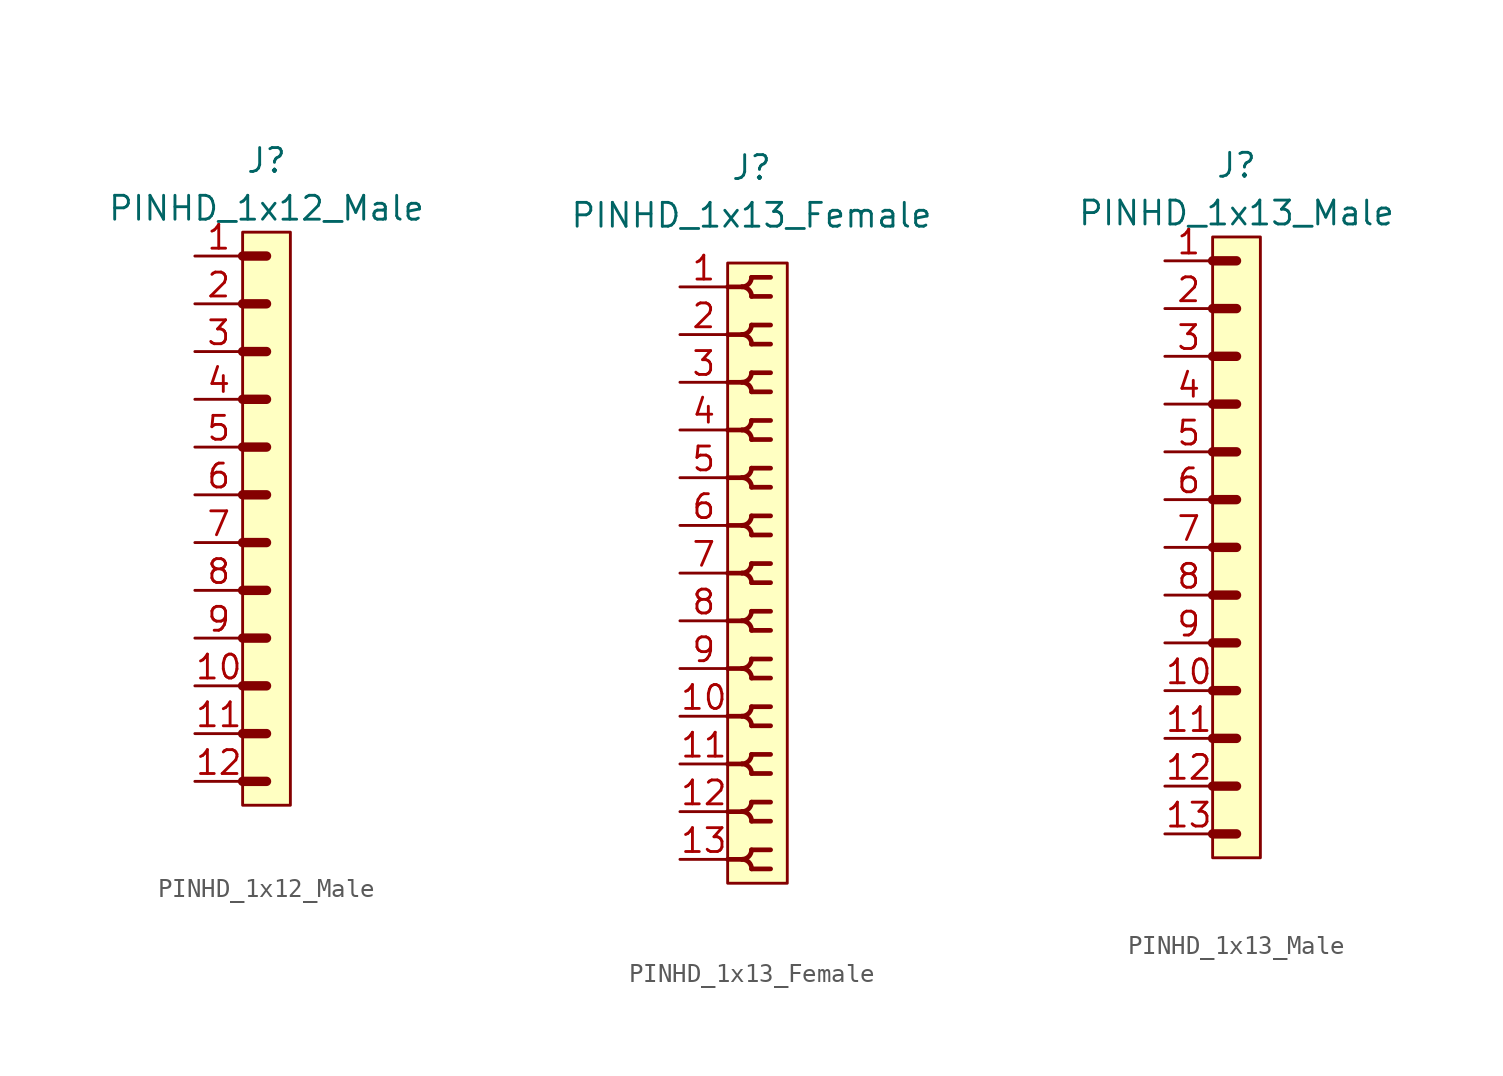
<source format=kicad_sym>
(kicad_symbol_lib
  (version 20211014)
  (generator kicad_symbol_editor)
  (symbol "PINHD_1x12_Male"
    (property "Reference" "J"
      (at 0 19.05 0)
      (effects (font (size 1.27 1.27))))
    (property "Value" "PINHD_1x12_Male"
      (at 0 16.51 0)
      (effects (font (size 1.27 1.27))))
    (symbol "PINHD_1x12_Male_0_1"
      (rectangle (start -1.27 15.24) (end 1.27 -15.24) (stroke (width 0) (type default) (color 0 0 0 0)) (fill (type background)))
      (polyline (pts (xy -1.27 -13.97) (xy 0 -13.97)) (stroke (width 0.5) (type default) (color 0 0 0 0)) (fill (type none)))
      (polyline (pts (xy -1.27 -11.43) (xy 0 -11.43)) (stroke (width 0.5) (type default) (color 0 0 0 0)) (fill (type none)))
      (polyline (pts (xy -1.27 -8.89) (xy 0 -8.89)) (stroke (width 0.3) (type default) (color 0 0 0 0)) (fill (type none)))
      (polyline (pts (xy -1.27 -8.89) (xy 0 -8.89)) (stroke (width 0.5) (type default) (color 0 0 0 0)) (fill (type none)))
      (polyline (pts (xy -1.27 -6.35) (xy 0 -6.35)) (stroke (width 0.3) (type default) (color 0 0 0 0)) (fill (type none)))
      (polyline (pts (xy -1.27 -6.35) (xy 0 -6.35)) (stroke (width 0.5) (type default) (color 0 0 0 0)) (fill (type none)))
      (polyline (pts (xy -1.27 -3.81) (xy 0 -3.81)) (stroke (width 0.3) (type default) (color 0 0 0 0)) (fill (type none)))
      (polyline (pts (xy -1.27 -3.81) (xy 0 -3.81)) (stroke (width 0.5) (type default) (color 0 0 0 0)) (fill (type none)))
      (polyline (pts (xy -1.27 -1.27) (xy 0 -1.27)) (stroke (width 0.3) (type default) (color 0 0 0 0)) (fill (type none)))
      (polyline (pts (xy -1.27 -1.27) (xy 0 -1.27)) (stroke (width 0.5) (type default) (color 0 0 0 0)) (fill (type none)))
      (polyline (pts (xy -1.27 1.27) (xy 0 1.27)) (stroke (width 0.3) (type default) (color 0 0 0 0)) (fill (type none)))
      (polyline (pts (xy -1.27 1.27) (xy 0 1.27)) (stroke (width 0.5) (type default) (color 0 0 0 0)) (fill (type none)))
      (polyline (pts (xy -1.27 3.81) (xy 0 3.81)) (stroke (width 0.3) (type default) (color 0 0 0 0)) (fill (type none)))
      (polyline (pts (xy -1.27 3.81) (xy 0 3.81)) (stroke (width 0.5) (type default) (color 0 0 0 0)) (fill (type none)))
      (polyline (pts (xy -1.27 6.35) (xy 0 6.35)) (stroke (width 0.3) (type default) (color 0 0 0 0)) (fill (type none)))
      (polyline (pts (xy -1.27 6.35) (xy 0 6.35)) (stroke (width 0.5) (type default) (color 0 0 0 0)) (fill (type none)))
      (polyline (pts (xy -1.27 8.89) (xy 0 8.89)) (stroke (width 0.3) (type default) (color 0 0 0 0)) (fill (type none)))
      (polyline (pts (xy -1.27 8.89) (xy 0 8.89)) (stroke (width 0.5) (type default) (color 0 0 0 0)) (fill (type none)))
      (polyline (pts (xy -1.27 11.43) (xy 0 11.43)) (stroke (width 0.3) (type default) (color 0 0 0 0)) (fill (type none)))
      (polyline (pts (xy -1.27 11.43) (xy 0 11.43)) (stroke (width 0.5) (type default) (color 0 0 0 0)) (fill (type none)))
      (polyline (pts (xy -1.27 13.97) (xy 0 13.97)) (stroke (width 0.5) (type default) (color 0 0 0 0)) (fill (type none))))
    (symbol "PINHD_1x12_Male_1_1"
      (pin passive line (at -3.81 13.97 0) (length 2.54) (name "" (effects (font (size 1.27 1.27)))) (number "1" (effects (font (size 1.27 1.27)))))
      (pin passive line (at -3.81 -8.89 0) (length 2.54) (name "" (effects (font (size 1.27 1.27)))) (number "10" (effects (font (size 1.27 1.27)))))
      (pin passive line (at -3.81 -11.43 0) (length 2.54) (name "" (effects (font (size 1.27 1.27)))) (number "11" (effects (font (size 1.27 1.27)))))
      (pin passive line (at -3.81 -13.97 0) (length 2.54) (name "" (effects (font (size 1.27 1.27)))) (number "12" (effects (font (size 1.27 1.27)))))
      (pin passive line (at -3.81 11.43 0) (length 2.54) (name "" (effects (font (size 1.27 1.27)))) (number "2" (effects (font (size 1.27 1.27)))))
      (pin passive line (at -3.81 8.89 0) (length 2.54) (name "" (effects (font (size 1.27 1.27)))) (number "3" (effects (font (size 1.27 1.27)))))
      (pin passive line (at -3.81 6.35 0) (length 2.54) (name "" (effects (font (size 1.27 1.27)))) (number "4" (effects (font (size 1.27 1.27)))))
      (pin passive line (at -3.81 3.81 0) (length 2.54) (name "" (effects (font (size 1.27 1.27)))) (number "5" (effects (font (size 1.27 1.27)))))
      (pin passive line (at -3.81 1.27 0) (length 2.54) (name "" (effects (font (size 1.27 1.27)))) (number "6" (effects (font (size 1.27 1.27)))))
      (pin passive line (at -3.81 -1.27 0) (length 2.54) (name "" (effects (font (size 1.27 1.27)))) (number "7" (effects (font (size 1.27 1.27)))))
      (pin passive line (at -3.81 -3.81 0) (length 2.54) (name "" (effects (font (size 1.27 1.27)))) (number "8" (effects (font (size 1.27 1.27)))))
      (pin passive line (at -3.81 -6.35 0) (length 2.54) (name "" (effects (font (size 1.27 1.27)))) (number "9" (effects (font (size 1.27 1.27)))))))
  (symbol "PINHD_1x13_Female"
    (property "Reference" "J"
      (at 0 21.59 0)
      (effects (font (size 1.27 1.27))))
    (property "Value" "PINHD_1x13_Female"
      (at 0 19.05 0)
      (effects (font (size 1.27 1.27))))
    (symbol "PINHD_1x13_Female_0_1"
      (rectangle (start -1.27 16.51) (end 1.905 -16.51) (stroke (width 0) (type default) (color 0 0 0 0)) (fill (type background)))
      (arc (start -0.508 -15.24) (mid 0.3592 -15.5992) (end 0 -14.732) (stroke (width 0.25) (type default) (color 0 0 0 0)) (fill (type none)))
      (arc (start -0.508 -12.7) (mid 0.3592 -13.0592) (end 0 -12.192) (stroke (width 0.25) (type default) (color 0 0 0 0)) (fill (type none)))
      (arc (start -0.508 -10.16) (mid 0.3592 -10.5192) (end 0 -9.652) (stroke (width 0.25) (type default) (color 0 0 0 0)) (fill (type none)))
      (arc (start -0.508 -7.62) (mid 0.3592 -7.9792) (end 0 -7.112) (stroke (width 0.25) (type default) (color 0 0 0 0)) (fill (type none)))
      (arc (start -0.508 -5.08) (mid 0.3592 -5.4392) (end 0 -4.572) (stroke (width 0.25) (type default) (color 0 0 0 0)) (fill (type none)))
      (arc (start -0.508 -2.54) (mid 0.3592 -2.8992) (end 0 -2.032) (stroke (width 0.25) (type default) (color 0 0 0 0)) (fill (type none)))
      (arc (start -0.508 0) (mid 0.3592 -0.3592) (end 0 0.508) (stroke (width 0.25) (type default) (color 0 0 0 0)) (fill (type none)))
      (arc (start -0.508 2.54) (mid 0.3592 2.1808) (end 0 3.048) (stroke (width 0.25) (type default) (color 0 0 0 0)) (fill (type none)))
      (arc (start -0.508 5.08) (mid 0.3592 4.7208) (end 0 5.588) (stroke (width 0.25) (type default) (color 0 0 0 0)) (fill (type none)))
      (arc (start -0.508 7.62) (mid 0.3592 7.2608) (end 0 8.128) (stroke (width 0.25) (type default) (color 0 0 0 0)) (fill (type none)))
      (arc (start -0.508 10.16) (mid 0.3592 9.8008) (end 0 10.668) (stroke (width 0.25) (type default) (color 0 0 0 0)) (fill (type none)))
      (arc (start -0.508 12.7) (mid 0.3592 12.3408) (end 0 13.208) (stroke (width 0.25) (type default) (color 0 0 0 0)) (fill (type none)))
      (arc (start -0.508 15.24) (mid 0.3592 14.8808) (end 0 15.748) (stroke (width 0.25) (type default) (color 0 0 0 0)) (fill (type none)))
      (arc (start 0 -15.748) (mid 0.3592 -14.8808) (end -0.508 -15.24) (stroke (width 0.25) (type default) (color 0 0 0 0)) (fill (type none)))
      (arc (start 0 -13.208) (mid 0.3592 -12.3408) (end -0.508 -12.7) (stroke (width 0.25) (type default) (color 0 0 0 0)) (fill (type none)))
      (arc (start 0 -10.668) (mid 0.3592 -9.8008) (end -0.508 -10.16) (stroke (width 0.25) (type default) (color 0 0 0 0)) (fill (type none)))
      (arc (start 0 -8.128) (mid 0.3592 -7.2608) (end -0.508 -7.62) (stroke (width 0.25) (type default) (color 0 0 0 0)) (fill (type none)))
      (arc (start 0 -5.588) (mid 0.3592 -4.7208) (end -0.508 -5.08) (stroke (width 0.25) (type default) (color 0 0 0 0)) (fill (type none)))
      (arc (start 0 -3.048) (mid 0.3592 -2.1808) (end -0.508 -2.54) (stroke (width 0.25) (type default) (color 0 0 0 0)) (fill (type none)))
      (arc (start 0 -0.508) (mid 0.3592 0.3592) (end -0.508 0) (stroke (width 0.25) (type default) (color 0 0 0 0)) (fill (type none)))
      (polyline (pts (xy -1.27 -15.24) (xy -0.508 -15.24)) (stroke (width 0.25) (type default) (color 0 0 0 0)) (fill (type none)))
      (polyline (pts (xy -1.27 -12.7) (xy -0.508 -12.7)) (stroke (width 0.25) (type default) (color 0 0 0 0)) (fill (type none)))
      (polyline (pts (xy -1.27 -10.16) (xy -0.508 -10.16)) (stroke (width 0.25) (type default) (color 0 0 0 0)) (fill (type none)))
      (polyline (pts (xy -1.27 -7.62) (xy -0.508 -7.62)) (stroke (width 0.25) (type default) (color 0 0 0 0)) (fill (type none)))
      (polyline (pts (xy -1.27 -5.08) (xy -0.508 -5.08)) (stroke (width 0.25) (type default) (color 0 0 0 0)) (fill (type none)))
      (polyline (pts (xy -1.27 -2.54) (xy -0.508 -2.54)) (stroke (width 0.25) (type default) (color 0 0 0 0)) (fill (type none)))
      (polyline (pts (xy -1.27 0) (xy -0.508 0)) (stroke (width 0.25) (type default) (color 0 0 0 0)) (fill (type none)))
      (polyline (pts (xy -1.27 2.54) (xy -0.508 2.54)) (stroke (width 0.25) (type default) (color 0 0 0 0)) (fill (type none)))
      (polyline (pts (xy -1.27 5.08) (xy -0.508 5.08)) (stroke (width 0.25) (type default) (color 0 0 0 0)) (fill (type none)))
      (polyline (pts (xy -1.27 7.62) (xy -0.508 7.62)) (stroke (width 0.25) (type default) (color 0 0 0 0)) (fill (type none)))
      (polyline (pts (xy -1.27 10.16) (xy -0.508 10.16)) (stroke (width 0.25) (type default) (color 0 0 0 0)) (fill (type none)))
      (polyline (pts (xy -1.27 12.7) (xy -0.508 12.7)) (stroke (width 0.25) (type default) (color 0 0 0 0)) (fill (type none)))
      (polyline (pts (xy -1.27 15.24) (xy -0.508 15.24)) (stroke (width 0.25) (type default) (color 0 0 0 0)) (fill (type none)))
      (polyline (pts (xy 0 -15.748) (xy 1.016 -15.748)) (stroke (width 0.25) (type default) (color 0 0 0 0)) (fill (type none)))
      (polyline (pts (xy 0 -14.732) (xy 1.016 -14.732)) (stroke (width 0.25) (type default) (color 0 0 0 0)) (fill (type none)))
      (polyline (pts (xy 0 -13.208) (xy 1.016 -13.208)) (stroke (width 0.25) (type default) (color 0 0 0 0)) (fill (type none)))
      (polyline (pts (xy 0 -12.192) (xy 1.016 -12.192)) (stroke (width 0.25) (type default) (color 0 0 0 0)) (fill (type none)))
      (polyline (pts (xy 0 -10.668) (xy 1.016 -10.668)) (stroke (width 0.25) (type default) (color 0 0 0 0)) (fill (type none)))
      (polyline (pts (xy 0 -9.652) (xy 1.016 -9.652)) (stroke (width 0.25) (type default) (color 0 0 0 0)) (fill (type none)))
      (polyline (pts (xy 0 -8.128) (xy 1.016 -8.128)) (stroke (width 0.25) (type default) (color 0 0 0 0)) (fill (type none)))
      (polyline (pts (xy 0 -7.112) (xy 1.016 -7.112)) (stroke (width 0.25) (type default) (color 0 0 0 0)) (fill (type none)))
      (polyline (pts (xy 0 -5.588) (xy 1.016 -5.588)) (stroke (width 0.25) (type default) (color 0 0 0 0)) (fill (type none)))
      (polyline (pts (xy 0 -4.572) (xy 1.016 -4.572)) (stroke (width 0.25) (type default) (color 0 0 0 0)) (fill (type none)))
      (polyline (pts (xy 0 -3.048) (xy 1.016 -3.048)) (stroke (width 0.25) (type default) (color 0 0 0 0)) (fill (type none)))
      (polyline (pts (xy 0 -2.032) (xy 1.016 -2.032)) (stroke (width 0.25) (type default) (color 0 0 0 0)) (fill (type none)))
      (polyline (pts (xy 0 -0.508) (xy 1.016 -0.508)) (stroke (width 0.25) (type default) (color 0 0 0 0)) (fill (type none)))
      (polyline (pts (xy 0 0.508) (xy 1.016 0.508)) (stroke (width 0.25) (type default) (color 0 0 0 0)) (fill (type none)))
      (polyline (pts (xy 0 2.032) (xy 1.016 2.032)) (stroke (width 0.25) (type default) (color 0 0 0 0)) (fill (type none)))
      (polyline (pts (xy 0 3.048) (xy 1.016 3.048)) (stroke (width 0.25) (type default) (color 0 0 0 0)) (fill (type none)))
      (polyline (pts (xy 0 4.572) (xy 1.016 4.572)) (stroke (width 0.25) (type default) (color 0 0 0 0)) (fill (type none)))
      (polyline (pts (xy 0 5.588) (xy 1.016 5.588)) (stroke (width 0.25) (type default) (color 0 0 0 0)) (fill (type none)))
      (polyline (pts (xy 0 7.112) (xy 1.016 7.112)) (stroke (width 0.25) (type default) (color 0 0 0 0)) (fill (type none)))
      (polyline (pts (xy 0 8.128) (xy 1.016 8.128)) (stroke (width 0.25) (type default) (color 0 0 0 0)) (fill (type none)))
      (polyline (pts (xy 0 9.652) (xy 1.016 9.652)) (stroke (width 0.25) (type default) (color 0 0 0 0)) (fill (type none)))
      (polyline (pts (xy 0 10.668) (xy 1.016 10.668)) (stroke (width 0.25) (type default) (color 0 0 0 0)) (fill (type none)))
      (polyline (pts (xy 0 12.192) (xy 1.016 12.192)) (stroke (width 0.25) (type default) (color 0 0 0 0)) (fill (type none)))
      (polyline (pts (xy 0 13.208) (xy 1.016 13.208)) (stroke (width 0.25) (type default) (color 0 0 0 0)) (fill (type none)))
      (polyline (pts (xy 0 14.732) (xy 1.016 14.732)) (stroke (width 0.25) (type default) (color 0 0 0 0)) (fill (type none)))
      (polyline (pts (xy 0 15.748) (xy 1.016 15.748)) (stroke (width 0.25) (type default) (color 0 0 0 0)) (fill (type none)))
      (arc (start 0 2.032) (mid 0.3592 2.8992) (end -0.508 2.54) (stroke (width 0.25) (type default) (color 0 0 0 0)) (fill (type none)))
      (arc (start 0 4.572) (mid 0.3592 5.4392) (end -0.508 5.08) (stroke (width 0.25) (type default) (color 0 0 0 0)) (fill (type none)))
      (arc (start 0 7.112) (mid 0.3592 7.9792) (end -0.508 7.62) (stroke (width 0.25) (type default) (color 0 0 0 0)) (fill (type none)))
      (arc (start 0 9.652) (mid 0.3592 10.5192) (end -0.508 10.16) (stroke (width 0.25) (type default) (color 0 0 0 0)) (fill (type none)))
      (arc (start 0 12.192) (mid 0.3592 13.0592) (end -0.508 12.7) (stroke (width 0.25) (type default) (color 0 0 0 0)) (fill (type none)))
      (arc (start 0 14.732) (mid 0.3592 15.5992) (end -0.508 15.24) (stroke (width 0.25) (type default) (color 0 0 0 0)) (fill (type none))))
    (symbol "PINHD_1x13_Female_1_1"
      (pin passive line (at -3.81 15.24 0) (length 2.54) (name "" (effects (font (size 1.27 1.27)))) (number "1" (effects (font (size 1.27 1.27)))))
      (pin passive line (at -3.81 -7.62 0) (length 2.54) (name "" (effects (font (size 1.27 1.27)))) (number "10" (effects (font (size 1.27 1.27)))))
      (pin passive line (at -3.81 -10.16 0) (length 2.54) (name "" (effects (font (size 1.27 1.27)))) (number "11" (effects (font (size 1.27 1.27)))))
      (pin passive line (at -3.81 -12.7 0) (length 2.54) (name "" (effects (font (size 1.27 1.27)))) (number "12" (effects (font (size 1.27 1.27)))))
      (pin passive line (at -3.81 -15.24 0) (length 2.54) (name "" (effects (font (size 1.27 1.27)))) (number "13" (effects (font (size 1.27 1.27)))))
      (pin passive line (at -3.81 12.7 0) (length 2.54) (name "" (effects (font (size 1.27 1.27)))) (number "2" (effects (font (size 1.27 1.27)))))
      (pin passive line (at -3.81 10.16 0) (length 2.54) (name "" (effects (font (size 1.27 1.27)))) (number "3" (effects (font (size 1.27 1.27)))))
      (pin passive line (at -3.81 7.62 0) (length 2.54) (name "" (effects (font (size 1.27 1.27)))) (number "4" (effects (font (size 1.27 1.27)))))
      (pin passive line (at -3.81 5.08 0) (length 2.54) (name "" (effects (font (size 1.27 1.27)))) (number "5" (effects (font (size 1.27 1.27)))))
      (pin passive line (at -3.81 2.54 0) (length 2.54) (name "" (effects (font (size 1.27 1.27)))) (number "6" (effects (font (size 1.27 1.27)))))
      (pin passive line (at -3.81 0 0) (length 2.54) (name "" (effects (font (size 1.27 1.27)))) (number "7" (effects (font (size 1.27 1.27)))))
      (pin passive line (at -3.81 -2.54 0) (length 2.54) (name "" (effects (font (size 1.27 1.27)))) (number "8" (effects (font (size 1.27 1.27)))))
      (pin passive line (at -3.81 -5.08 0) (length 2.54) (name "" (effects (font (size 1.27 1.27)))) (number "9" (effects (font (size 1.27 1.27)))))))
  (symbol "PINHD_1x13_Male"
    (property "Reference" "J"
      (at 0 20.32 0)
      (effects (font (size 1.27 1.27))))
    (property "Value" "PINHD_1x13_Male"
      (at 0 17.78 0)
      (effects (font (size 1.27 1.27))))
    (symbol "PINHD_1x13_Male_0_1"
      (rectangle (start -1.27 16.51) (end 1.27 -16.51) (stroke (width 0) (type default) (color 0 0 0 0)) (fill (type background)))
      (polyline (pts (xy -1.27 -15.24) (xy 0 -15.24)) (stroke (width 0.5) (type default) (color 0 0 0 0)) (fill (type none)))
      (polyline (pts (xy -1.27 -12.7) (xy 0 -12.7)) (stroke (width 0.5) (type default) (color 0 0 0 0)) (fill (type none)))
      (polyline (pts (xy -1.27 -10.16) (xy 0 -10.16)) (stroke (width 0.5) (type default) (color 0 0 0 0)) (fill (type none)))
      (polyline (pts (xy -1.27 -7.62) (xy 0 -7.62)) (stroke (width 0.3) (type default) (color 0 0 0 0)) (fill (type none)))
      (polyline (pts (xy -1.27 -7.62) (xy 0 -7.62)) (stroke (width 0.5) (type default) (color 0 0 0 0)) (fill (type none)))
      (polyline (pts (xy -1.27 -5.08) (xy 0 -5.08)) (stroke (width 0.3) (type default) (color 0 0 0 0)) (fill (type none)))
      (polyline (pts (xy -1.27 -5.08) (xy 0 -5.08)) (stroke (width 0.5) (type default) (color 0 0 0 0)) (fill (type none)))
      (polyline (pts (xy -1.27 -2.54) (xy 0 -2.54)) (stroke (width 0.3) (type default) (color 0 0 0 0)) (fill (type none)))
      (polyline (pts (xy -1.27 -2.54) (xy 0 -2.54)) (stroke (width 0.5) (type default) (color 0 0 0 0)) (fill (type none)))
      (polyline (pts (xy -1.27 0) (xy 0 0)) (stroke (width 0.3) (type default) (color 0 0 0 0)) (fill (type none)))
      (polyline (pts (xy -1.27 0) (xy 0 0)) (stroke (width 0.5) (type default) (color 0 0 0 0)) (fill (type none)))
      (polyline (pts (xy -1.27 2.54) (xy 0 2.54)) (stroke (width 0.3) (type default) (color 0 0 0 0)) (fill (type none)))
      (polyline (pts (xy -1.27 2.54) (xy 0 2.54)) (stroke (width 0.5) (type default) (color 0 0 0 0)) (fill (type none)))
      (polyline (pts (xy -1.27 5.08) (xy 0 5.08)) (stroke (width 0.3) (type default) (color 0 0 0 0)) (fill (type none)))
      (polyline (pts (xy -1.27 5.08) (xy 0 5.08)) (stroke (width 0.5) (type default) (color 0 0 0 0)) (fill (type none)))
      (polyline (pts (xy -1.27 7.62) (xy 0 7.62)) (stroke (width 0.3) (type default) (color 0 0 0 0)) (fill (type none)))
      (polyline (pts (xy -1.27 7.62) (xy 0 7.62)) (stroke (width 0.5) (type default) (color 0 0 0 0)) (fill (type none)))
      (polyline (pts (xy -1.27 10.16) (xy 0 10.16)) (stroke (width 0.3) (type default) (color 0 0 0 0)) (fill (type none)))
      (polyline (pts (xy -1.27 10.16) (xy 0 10.16)) (stroke (width 0.5) (type default) (color 0 0 0 0)) (fill (type none)))
      (polyline (pts (xy -1.27 12.7) (xy 0 12.7)) (stroke (width 0.3) (type default) (color 0 0 0 0)) (fill (type none)))
      (polyline (pts (xy -1.27 12.7) (xy 0 12.7)) (stroke (width 0.5) (type default) (color 0 0 0 0)) (fill (type none)))
      (polyline (pts (xy -1.27 15.24) (xy 0 15.24)) (stroke (width 0.5) (type default) (color 0 0 0 0)) (fill (type none))))
    (symbol "PINHD_1x13_Male_1_1"
      (pin passive line (at -3.81 15.24 0) (length 2.54) (name "" (effects (font (size 1.27 1.27)))) (number "1" (effects (font (size 1.27 1.27)))))
      (pin passive line (at -3.81 -7.62 0) (length 2.54) (name "" (effects (font (size 1.27 1.27)))) (number "10" (effects (font (size 1.27 1.27)))))
      (pin passive line (at -3.81 -10.16 0) (length 2.54) (name "" (effects (font (size 1.27 1.27)))) (number "11" (effects (font (size 1.27 1.27)))))
      (pin passive line (at -3.81 -12.7 0) (length 2.54) (name "" (effects (font (size 1.27 1.27)))) (number "12" (effects (font (size 1.27 1.27)))))
      (pin passive line (at -3.81 -15.24 0) (length 2.54) (name "" (effects (font (size 1.27 1.27)))) (number "13" (effects (font (size 1.27 1.27)))))
      (pin passive line (at -3.81 12.7 0) (length 2.54) (name "" (effects (font (size 1.27 1.27)))) (number "2" (effects (font (size 1.27 1.27)))))
      (pin passive line (at -3.81 10.16 0) (length 2.54) (name "" (effects (font (size 1.27 1.27)))) (number "3" (effects (font (size 1.27 1.27)))))
      (pin passive line (at -3.81 7.62 0) (length 2.54) (name "" (effects (font (size 1.27 1.27)))) (number "4" (effects (font (size 1.27 1.27)))))
      (pin passive line (at -3.81 5.08 0) (length 2.54) (name "" (effects (font (size 1.27 1.27)))) (number "5" (effects (font (size 1.27 1.27)))))
      (pin passive line (at -3.81 2.54 0) (length 2.54) (name "" (effects (font (size 1.27 1.27)))) (number "6" (effects (font (size 1.27 1.27)))))
      (pin passive line (at -3.81 0 0) (length 2.54) (name "" (effects (font (size 1.27 1.27)))) (number "7" (effects (font (size 1.27 1.27)))))
      (pin passive line (at -3.81 -2.54 0) (length 2.54) (name "" (effects (font (size 1.27 1.27)))) (number "8" (effects (font (size 1.27 1.27)))))
      (pin passive line (at -3.81 -5.08 0) (length 2.54) (name "" (effects (font (size 1.27 1.27)))) (number "9" (effects (font (size 1.27 1.27))))))))
</source>
